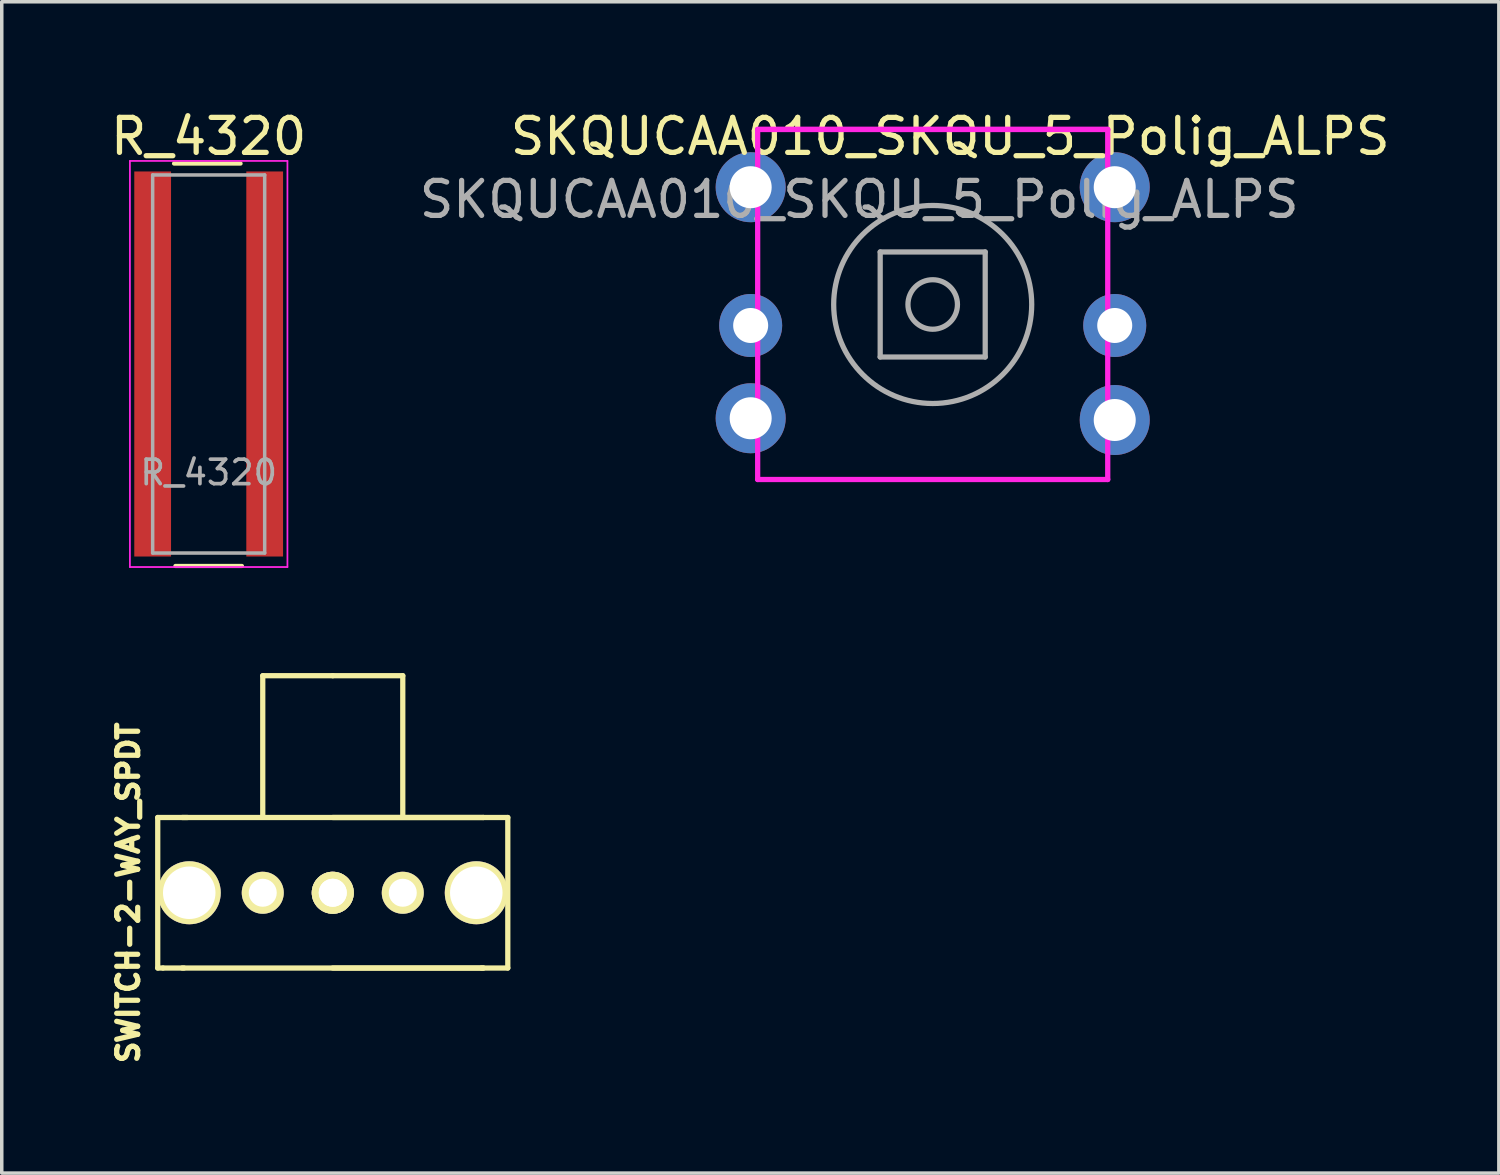
<source format=kicad_pcb>
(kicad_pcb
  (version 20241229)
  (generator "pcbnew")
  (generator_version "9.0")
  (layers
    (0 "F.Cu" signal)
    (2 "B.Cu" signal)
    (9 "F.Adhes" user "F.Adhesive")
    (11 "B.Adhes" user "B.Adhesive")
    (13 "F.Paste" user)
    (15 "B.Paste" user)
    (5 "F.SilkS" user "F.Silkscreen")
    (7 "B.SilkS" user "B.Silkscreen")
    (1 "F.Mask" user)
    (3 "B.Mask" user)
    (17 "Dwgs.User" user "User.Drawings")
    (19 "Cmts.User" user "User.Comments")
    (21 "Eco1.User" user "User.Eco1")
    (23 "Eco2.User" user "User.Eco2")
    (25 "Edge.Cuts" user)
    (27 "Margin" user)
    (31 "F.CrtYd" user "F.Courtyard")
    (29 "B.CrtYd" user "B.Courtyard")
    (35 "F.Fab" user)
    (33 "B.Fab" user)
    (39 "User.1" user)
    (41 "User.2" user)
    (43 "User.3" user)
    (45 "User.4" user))
  (footprint "R_4320"
    (layer "F.Cu")
    (at 2.911 10.448)
    (property "Reference" "R_4320" (at 0 -9.6 0) (layer "F.SilkS") (effects (font (size 1 1) (thickness 0.15))))
    (attr smd)
    (fp_line (start -0.989 -8.826) (end 0.911 -8.826) (stroke (width 0.12) (type solid)) (layer "F.SilkS"))
    (fp_line (start 0.95 2.67) (end -0.95 2.67) (stroke (width 0.12) (type solid)) (layer "F.SilkS"))
    (fp_line (start -2.25 -8.9) (end -2.25 2.7) (stroke (width 0.05) (type solid)) (layer "F.CrtYd"))
    (fp_line (start -2.25 -8.9) (end 2.25 -8.9) (stroke (width 0.05) (type solid)) (layer "F.CrtYd"))
    (fp_line (start 2.25 2.7) (end -2.25 2.7) (stroke (width 0.05) (type solid)) (layer "F.CrtYd"))
    (fp_line (start 2.25 2.7) (end 2.25 -8.9) (stroke (width 0.05) (type solid)) (layer "F.CrtYd"))
    (fp_line (start -1.6 -8.5) (end -1.6 2.3) (stroke (width 0.1) (type solid)) (layer "F.Fab"))
    (fp_line (start -1.6 2.3) (end 1.6 2.3) (stroke (width 0.1) (type solid)) (layer "F.Fab"))
    (fp_line (start 1.6 -8.5) (end -1.6 -8.5) (stroke (width 0.1) (type solid)) (layer "F.Fab"))
    (fp_line (start 1.6 2.3) (end 1.6 -8.5) (stroke (width 0.1) (type solid)) (layer "F.Fab"))
    (fp_text user "${REFERENCE}" (at 0 0 0) (layer "F.Fab") (effects (font (size 0.7 0.7) (thickness 0.105))))
    (pad "1" smd rect (at -1.6 -3.1) (size 1.05 11) (layers "F.Cu" "F.Mask" "F.Paste"))
    (pad "2" smd rect (at 1.6 -3.1) (size 1.05 11) (layers "F.Cu" "F.Mask" "F.Paste")))
  (footprint "SWITCH-2-WAY_SPDT"
    (layer "F.Cu")
    (at 6.456 22.453)
    (property "Reference" "SWITCH-2-WAY_SPDT" (at -5.842 0 90) (layer "F.SilkS") (effects (font (size 0.6 0.6) (thickness 0.15))))
    (attr through_hole)
    (fp_line (start -5 -2.15) (end -4.15 -2.15) (stroke (width 0.15) (type solid)) (layer "F.SilkS"))
    (fp_line (start -5 2.15) (end -5 -2.15) (stroke (width 0.15) (type solid)) (layer "F.SilkS"))
    (fp_line (start -4.85 2.15) (end -5 2.15) (stroke (width 0.15) (type solid)) (layer "F.SilkS"))
    (fp_line (start -4.25 2.15) (end -4.85 2.15) (stroke (width 0.15) (type solid)) (layer "F.SilkS"))
    (fp_line (start -2 -6.2) (end -2 -2.2) (stroke (width 0.15) (type solid)) (layer "F.SilkS"))
    (fp_line (start 0 -6.2) (end -2 -6.2) (stroke (width 0.15) (type solid)) (layer "F.SilkS"))
    (fp_line (start 0 -6.2) (end 2 -6.2) (stroke (width 0.15) (type solid)) (layer "F.SilkS"))
    (fp_line (start 0 -2.15) (end 4.3 -2.15) (stroke (width 0.15) (type solid)) (layer "F.SilkS"))
    (fp_line (start 0 2.15) (end 4.3 2.15) (stroke (width 0.15) (type solid)) (layer "F.SilkS"))
    (fp_line (start 2 -6.2) (end 2 -2.2) (stroke (width 0.15) (type solid)) (layer "F.SilkS"))
    (fp_line (start 4.3 -2.15) (end -4.3 -2.15) (stroke (width 0.15) (type solid)) (layer "F.SilkS"))
    (fp_line (start 4.3 -2.15) (end 5 -2.15) (stroke (width 0.15) (type solid)) (layer "F.SilkS"))
    (fp_line (start 4.3 2.15) (end -4.3 2.15) (stroke (width 0.15) (type solid)) (layer "F.SilkS"))
    (fp_line (start 5 -2.15) (end 5 2.15) (stroke (width 0.15) (type solid)) (layer "F.SilkS"))
    (fp_line (start 5 2.15) (end 4.25 2.15) (stroke (width 0.15) (type solid)) (layer "F.SilkS"))
    (pad "1" thru_hole circle (at -2 0) (size 1.2 1.2) (drill 0.8) (layers "*.Cu" "*.Mask" "F.SilkS"))
    (pad "2" thru_hole circle (at 0 0) (size 1.2 1.2) (drill 0.8) (layers "*.Cu" "*.Mask" "F.SilkS"))
    (pad "2" thru_hole circle (at 0 0) (size 1.2 1.2) (drill 0.8) (layers "*.Cu" "*.Mask" "F.SilkS"))
    (pad "3" thru_hole circle (at 2 0) (size 1.2 1.2) (drill 0.8) (layers "*.Cu" "*.Mask" "F.SilkS"))
    (pad "4" thru_hole circle (at -4.1 0) (size 1.8 1.8) (drill 1.5) (layers "*.Cu" "*.Mask" "F.SilkS"))
    (pad "4" thru_hole circle (at 4.1 0) (size 1.8 1.8) (drill 1.5) (layers "*.Cu" "*.Mask" "F.SilkS")))
  (footprint "SKQUCAA010_SKQU_5_Polig_ALPS"
    (layer "F.Cu")
    (at 18.594 10.648)
    (property "Reference" "SKQUCAA010_SKQU_5_Polig_ALPS" (at 5.5 -9.8 0) (layer "F.SilkS") (effects (font (size 1 1) (thickness 0.15))))
    (attr through_hole)
    (fp_line (start 0.7 -7.2) (end 0.7 -5.2) (stroke (width 0.15) (type solid)) (layer "B.Paste"))
    (fp_line (start 0.7 -3) (end 0.7 -3.2) (stroke (width 0.15) (type solid)) (layer "B.Paste"))
    (fp_line (start 0.7 -3) (end 0.7 -2.8) (stroke (width 0.15) (type solid)) (layer "B.Paste"))
    (fp_line (start 0.7 -2.8) (end 0.7 -2.6) (stroke (width 0.15) (type solid)) (layer "B.Paste"))
    (fp_line (start 0.9 -9) (end 9.1 -9) (stroke (width 0.15) (type solid)) (layer "B.Paste"))
    (fp_line (start 0.9 -1.2) (end 9.1 -1.2) (stroke (width 0.15) (type solid)) (layer "B.Paste"))
    (fp_line (start 9.3 -3) (end 9.3 -3.2) (stroke (width 0.15) (type solid)) (layer "B.Paste"))
    (fp_line (start 9.3 -3) (end 9.3 -2.8) (stroke (width 0.15) (type solid)) (layer "B.Paste"))
    (fp_line (start 9.3 -2.8) (end 9.3 -2.6) (stroke (width 0.15) (type solid)) (layer "B.Paste"))
    (fp_line (start 9.5 -7.2) (end 9.5 -5.2) (stroke (width 0.15) (type solid)) (layer "B.Paste"))
    (fp_line (start 0 -10) (end 0 0) (stroke (width 0.15) (type solid)) (layer "F.CrtYd"))
    (fp_line (start 0 0) (end 10 0) (stroke (width 0.15) (type solid)) (layer "F.CrtYd"))
    (fp_line (start 10 -10) (end 0 -10) (stroke (width 0.15) (type solid)) (layer "F.CrtYd"))
    (fp_line (start 10 -10) (end 0 -10) (stroke (width 0.15) (type solid)) (layer "F.CrtYd"))
    (fp_line (start 10 0) (end 10 -10) (stroke (width 0.15) (type solid)) (layer "F.CrtYd"))
    (fp_line (start 3.5 -6.5) (end 6.5 -6.5) (stroke (width 0.15) (type solid)) (layer "F.Fab"))
    (fp_line (start 3.5 -3.5) (end 3.5 -6.5) (stroke (width 0.15) (type solid)) (layer "F.Fab"))
    (fp_line (start 6.5 -6.5) (end 6.5 -3.5) (stroke (width 0.15) (type solid)) (layer "F.Fab"))
    (fp_line (start 6.5 -3.5) (end 3.5 -3.5) (stroke (width 0.15) (type solid)) (layer "F.Fab"))
    (fp_circle (center 5 -5) (end 5.5 -4.5) (stroke (width 0.15) (type solid)) (fill no) (layer "F.Fab"))
    (fp_circle (center 5 -5) (end 7 -3) (stroke (width 0.15) (type solid)) (fill no) (layer "F.Fab"))
    (fp_text user "${REFERENCE}" (at 2.9 -8 0) (layer "F.Fab") (effects (font (size 1 1) (thickness 0.15))))
    (pad "1" thru_hole circle (at -0.2 -8.35) (size 2 2) (drill 1.2) (layers "*.Cu" "*.Mask"))
    (pad "2" thru_hole circle (at -0.2 -4.4) (size 1.8 1.8) (drill 1) (layers "*.Cu" "*.Mask"))
    (pad "3" thru_hole circle (at -0.2 -1.75) (size 2 2) (drill 1.2) (layers "*.Cu" "*.Mask"))
    (pad "4" thru_hole circle (at 10.2 -1.7) (size 2 2) (drill 1.2) (layers "*.Cu" "*.Mask"))
    (pad "5" thru_hole circle (at 10.2 -4.4) (size 1.8 1.8) (drill 1) (layers "*.Cu" "*.Mask"))
    (pad "6" thru_hole circle (at 10.2 -8.35) (size 2 2) (drill 1.2) (layers "*.Cu" "*.Mask")))
  (gr_rect
    (start -3 -3)
    (end 39.767 30.461)
    (stroke (width 0.1) (type default))
    (fill no)
    (layer "Edge.Cuts")))
</source>
